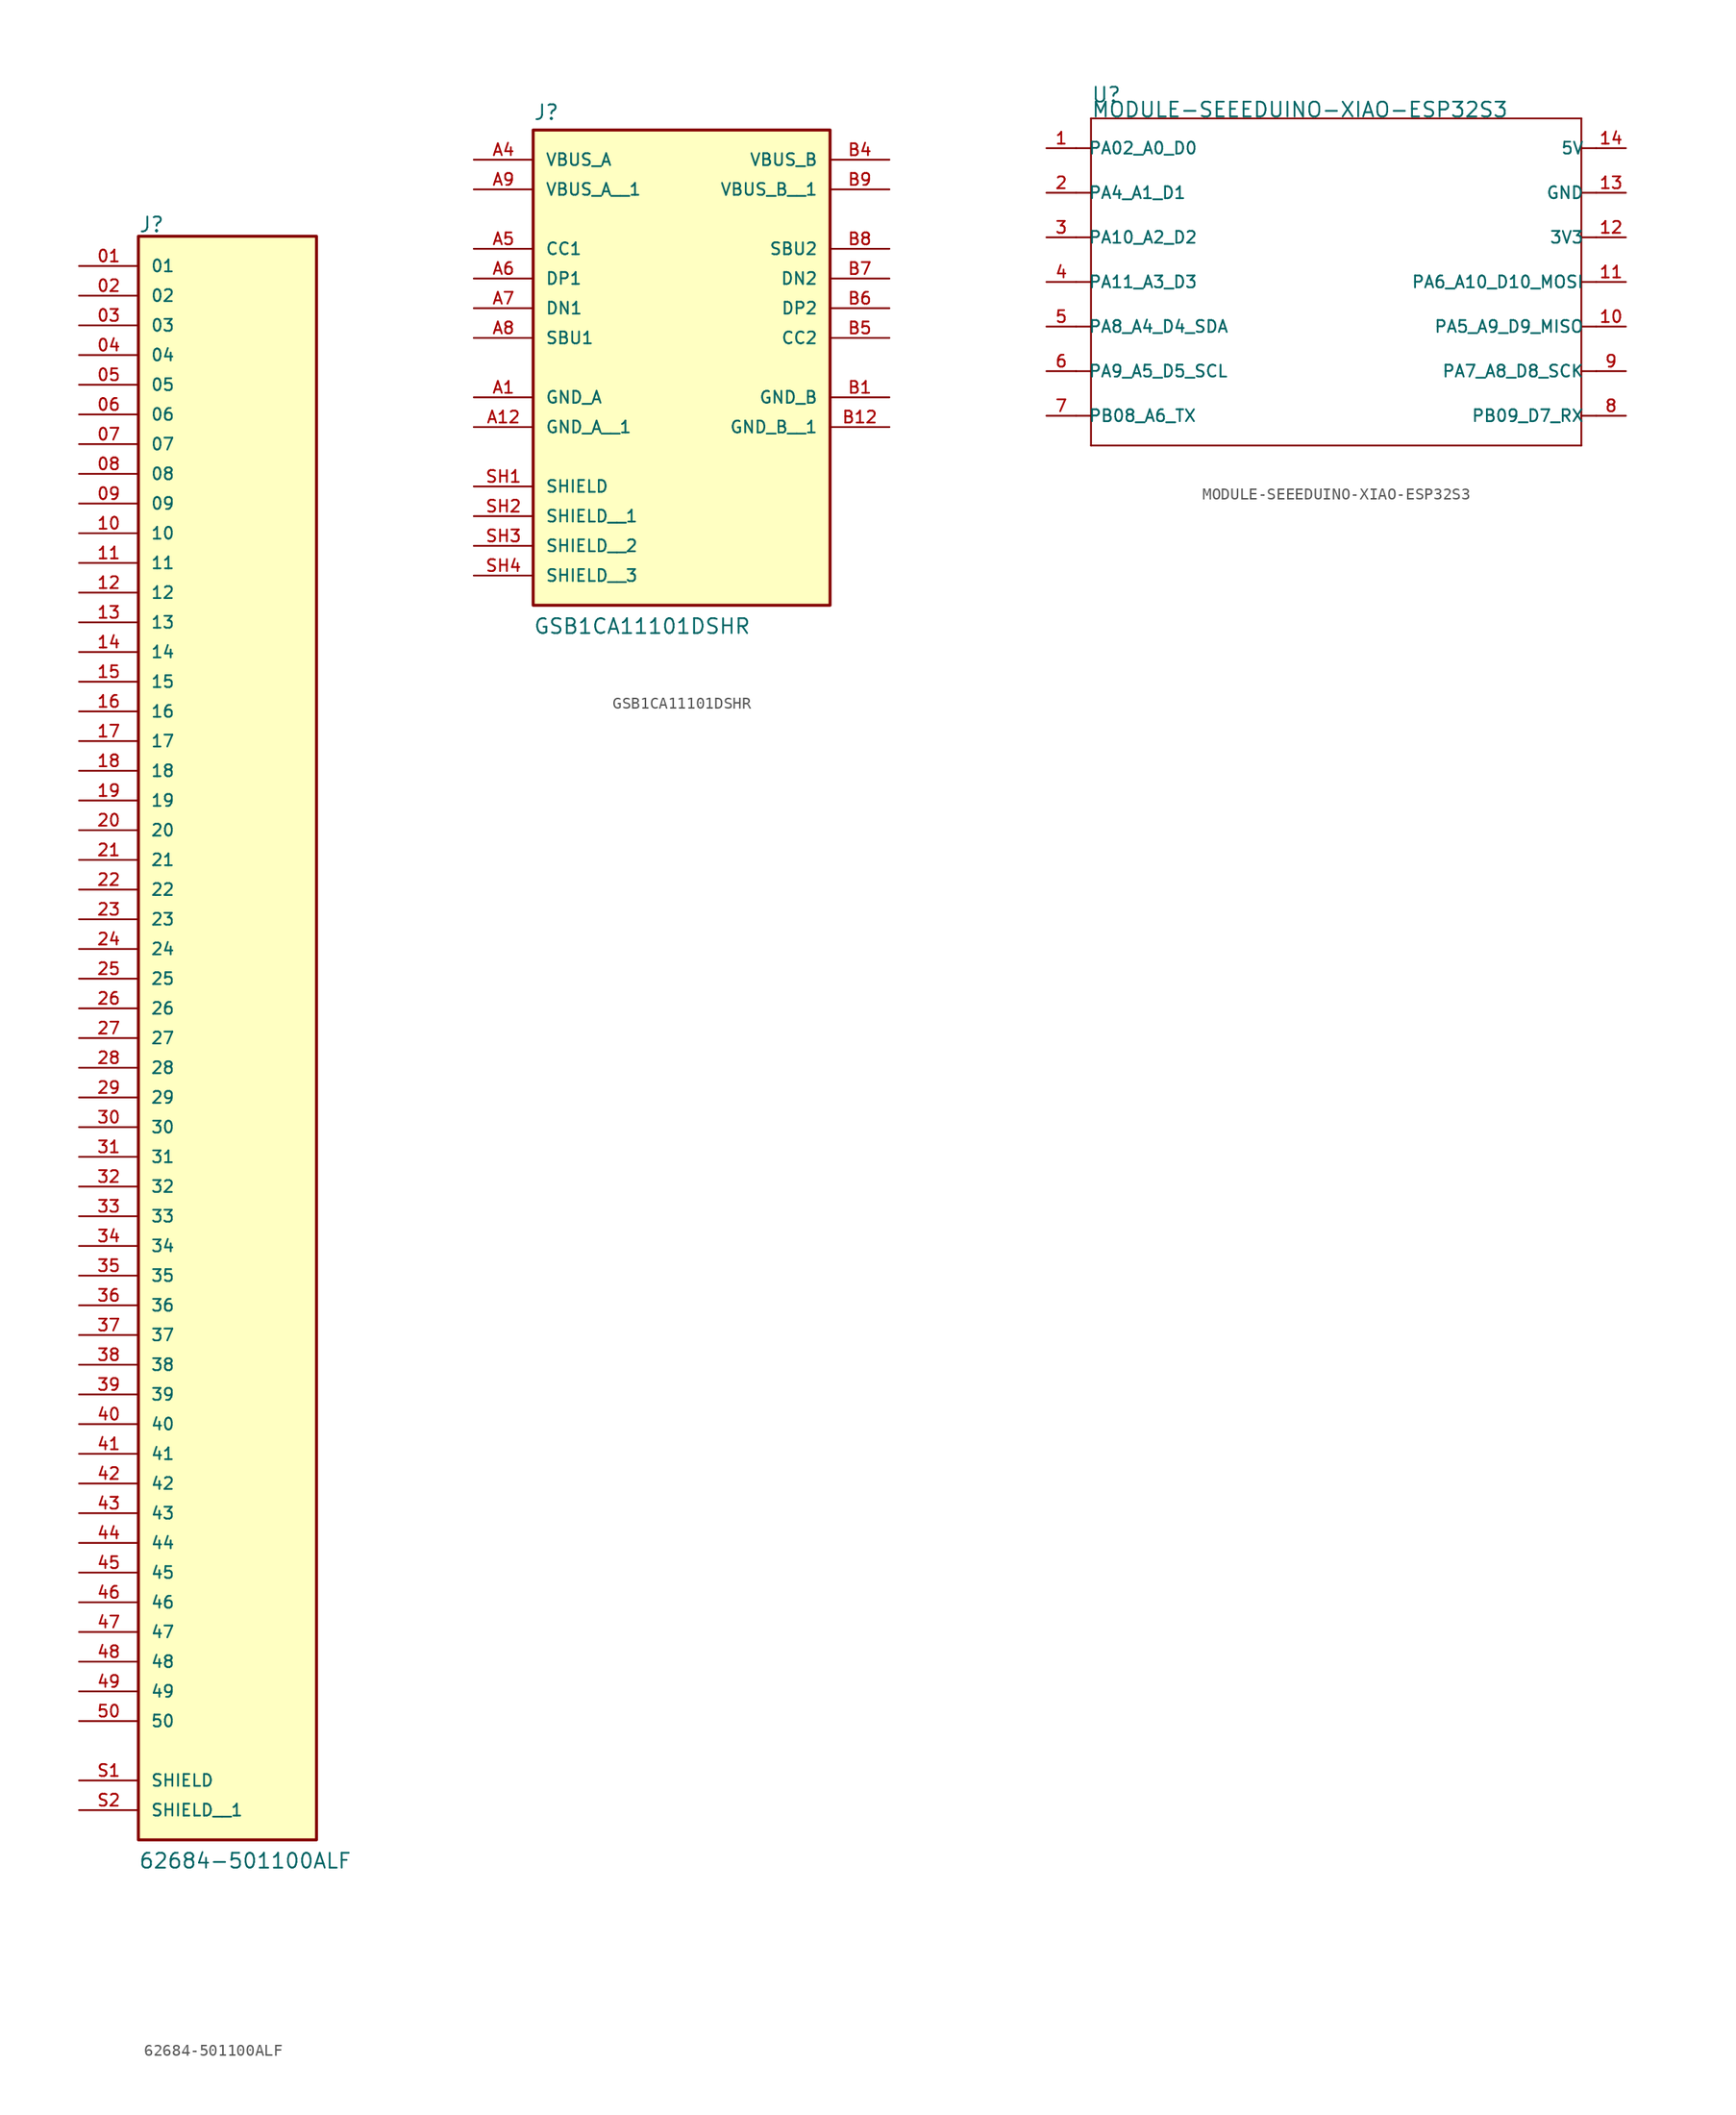
<source format=kicad_sym>
(kicad_symbol_lib
  (version 20241209)
  (generator "kicad_symbol_editor")
  (generator_version "9.0")
  (symbol "62684-501100ALF"
    (pin_names
      (offset 1.016))
    (property "Reference" "J"
      (at -7.62 68.834 0)
      (effects (font (size 1.27 1.27)) (justify left bottom)))
    (property "Value" "62684-501100ALF"
      (at -7.62 -71.12 0)
      (effects (font (size 1.27 1.27)) (justify left bottom)))
    (symbol "62684-501100ALF_0_0"
      (rectangle (start -7.62 68.58) (end 7.62 -68.58) (stroke (width 0.254) (type default)) (fill (type background)))
      (pin passive line (at -12.7 66.04 0) (length 5.08) (name "01" (effects (font (size 1.016 1.016)))) (number "01" (effects (font (size 1.016 1.016)))))
      (pin passive line (at -12.7 63.5 0) (length 5.08) (name "02" (effects (font (size 1.016 1.016)))) (number "02" (effects (font (size 1.016 1.016)))))
      (pin passive line (at -12.7 60.96 0) (length 5.08) (name "03" (effects (font (size 1.016 1.016)))) (number "03" (effects (font (size 1.016 1.016)))))
      (pin passive line (at -12.7 58.42 0) (length 5.08) (name "04" (effects (font (size 1.016 1.016)))) (number "04" (effects (font (size 1.016 1.016)))))
      (pin passive line (at -12.7 55.88 0) (length 5.08) (name "05" (effects (font (size 1.016 1.016)))) (number "05" (effects (font (size 1.016 1.016)))))
      (pin passive line (at -12.7 53.34 0) (length 5.08) (name "06" (effects (font (size 1.016 1.016)))) (number "06" (effects (font (size 1.016 1.016)))))
      (pin passive line (at -12.7 50.8 0) (length 5.08) (name "07" (effects (font (size 1.016 1.016)))) (number "07" (effects (font (size 1.016 1.016)))))
      (pin passive line (at -12.7 48.26 0) (length 5.08) (name "08" (effects (font (size 1.016 1.016)))) (number "08" (effects (font (size 1.016 1.016)))))
      (pin passive line (at -12.7 45.72 0) (length 5.08) (name "09" (effects (font (size 1.016 1.016)))) (number "09" (effects (font (size 1.016 1.016)))))
      (pin passive line (at -12.7 43.18 0) (length 5.08) (name "10" (effects (font (size 1.016 1.016)))) (number "10" (effects (font (size 1.016 1.016)))))
      (pin passive line (at -12.7 40.64 0) (length 5.08) (name "11" (effects (font (size 1.016 1.016)))) (number "11" (effects (font (size 1.016 1.016)))))
      (pin passive line (at -12.7 38.1 0) (length 5.08) (name "12" (effects (font (size 1.016 1.016)))) (number "12" (effects (font (size 1.016 1.016)))))
      (pin passive line (at -12.7 35.56 0) (length 5.08) (name "13" (effects (font (size 1.016 1.016)))) (number "13" (effects (font (size 1.016 1.016)))))
      (pin passive line (at -12.7 33.02 0) (length 5.08) (name "14" (effects (font (size 1.016 1.016)))) (number "14" (effects (font (size 1.016 1.016)))))
      (pin passive line (at -12.7 30.48 0) (length 5.08) (name "15" (effects (font (size 1.016 1.016)))) (number "15" (effects (font (size 1.016 1.016)))))
      (pin passive line (at -12.7 27.94 0) (length 5.08) (name "16" (effects (font (size 1.016 1.016)))) (number "16" (effects (font (size 1.016 1.016)))))
      (pin passive line (at -12.7 25.4 0) (length 5.08) (name "17" (effects (font (size 1.016 1.016)))) (number "17" (effects (font (size 1.016 1.016)))))
      (pin passive line (at -12.7 22.86 0) (length 5.08) (name "18" (effects (font (size 1.016 1.016)))) (number "18" (effects (font (size 1.016 1.016)))))
      (pin passive line (at -12.7 20.32 0) (length 5.08) (name "19" (effects (font (size 1.016 1.016)))) (number "19" (effects (font (size 1.016 1.016)))))
      (pin passive line (at -12.7 17.78 0) (length 5.08) (name "20" (effects (font (size 1.016 1.016)))) (number "20" (effects (font (size 1.016 1.016)))))
      (pin passive line (at -12.7 15.24 0) (length 5.08) (name "21" (effects (font (size 1.016 1.016)))) (number "21" (effects (font (size 1.016 1.016)))))
      (pin passive line (at -12.7 12.7 0) (length 5.08) (name "22" (effects (font (size 1.016 1.016)))) (number "22" (effects (font (size 1.016 1.016)))))
      (pin passive line (at -12.7 10.16 0) (length 5.08) (name "23" (effects (font (size 1.016 1.016)))) (number "23" (effects (font (size 1.016 1.016)))))
      (pin passive line (at -12.7 7.62 0) (length 5.08) (name "24" (effects (font (size 1.016 1.016)))) (number "24" (effects (font (size 1.016 1.016)))))
      (pin passive line (at -12.7 5.08 0) (length 5.08) (name "25" (effects (font (size 1.016 1.016)))) (number "25" (effects (font (size 1.016 1.016)))))
      (pin passive line (at -12.7 2.54 0) (length 5.08) (name "26" (effects (font (size 1.016 1.016)))) (number "26" (effects (font (size 1.016 1.016)))))
      (pin passive line (at -12.7 0 0) (length 5.08) (name "27" (effects (font (size 1.016 1.016)))) (number "27" (effects (font (size 1.016 1.016)))))
      (pin passive line (at -12.7 -2.54 0) (length 5.08) (name "28" (effects (font (size 1.016 1.016)))) (number "28" (effects (font (size 1.016 1.016)))))
      (pin passive line (at -12.7 -5.08 0) (length 5.08) (name "29" (effects (font (size 1.016 1.016)))) (number "29" (effects (font (size 1.016 1.016)))))
      (pin passive line (at -12.7 -7.62 0) (length 5.08) (name "30" (effects (font (size 1.016 1.016)))) (number "30" (effects (font (size 1.016 1.016)))))
      (pin passive line (at -12.7 -10.16 0) (length 5.08) (name "31" (effects (font (size 1.016 1.016)))) (number "31" (effects (font (size 1.016 1.016)))))
      (pin passive line (at -12.7 -12.7 0) (length 5.08) (name "32" (effects (font (size 1.016 1.016)))) (number "32" (effects (font (size 1.016 1.016)))))
      (pin passive line (at -12.7 -15.24 0) (length 5.08) (name "33" (effects (font (size 1.016 1.016)))) (number "33" (effects (font (size 1.016 1.016)))))
      (pin passive line (at -12.7 -17.78 0) (length 5.08) (name "34" (effects (font (size 1.016 1.016)))) (number "34" (effects (font (size 1.016 1.016)))))
      (pin passive line (at -12.7 -20.32 0) (length 5.08) (name "35" (effects (font (size 1.016 1.016)))) (number "35" (effects (font (size 1.016 1.016)))))
      (pin passive line (at -12.7 -22.86 0) (length 5.08) (name "36" (effects (font (size 1.016 1.016)))) (number "36" (effects (font (size 1.016 1.016)))))
      (pin passive line (at -12.7 -25.4 0) (length 5.08) (name "37" (effects (font (size 1.016 1.016)))) (number "37" (effects (font (size 1.016 1.016)))))
      (pin passive line (at -12.7 -27.94 0) (length 5.08) (name "38" (effects (font (size 1.016 1.016)))) (number "38" (effects (font (size 1.016 1.016)))))
      (pin passive line (at -12.7 -30.48 0) (length 5.08) (name "39" (effects (font (size 1.016 1.016)))) (number "39" (effects (font (size 1.016 1.016)))))
      (pin passive line (at -12.7 -33.02 0) (length 5.08) (name "40" (effects (font (size 1.016 1.016)))) (number "40" (effects (font (size 1.016 1.016)))))
      (pin passive line (at -12.7 -35.56 0) (length 5.08) (name "41" (effects (font (size 1.016 1.016)))) (number "41" (effects (font (size 1.016 1.016)))))
      (pin passive line (at -12.7 -38.1 0) (length 5.08) (name "42" (effects (font (size 1.016 1.016)))) (number "42" (effects (font (size 1.016 1.016)))))
      (pin passive line (at -12.7 -40.64 0) (length 5.08) (name "43" (effects (font (size 1.016 1.016)))) (number "43" (effects (font (size 1.016 1.016)))))
      (pin passive line (at -12.7 -43.18 0) (length 5.08) (name "44" (effects (font (size 1.016 1.016)))) (number "44" (effects (font (size 1.016 1.016)))))
      (pin passive line (at -12.7 -45.72 0) (length 5.08) (name "45" (effects (font (size 1.016 1.016)))) (number "45" (effects (font (size 1.016 1.016)))))
      (pin passive line (at -12.7 -48.26 0) (length 5.08) (name "46" (effects (font (size 1.016 1.016)))) (number "46" (effects (font (size 1.016 1.016)))))
      (pin passive line (at -12.7 -50.8 0) (length 5.08) (name "47" (effects (font (size 1.016 1.016)))) (number "47" (effects (font (size 1.016 1.016)))))
      (pin passive line (at -12.7 -53.34 0) (length 5.08) (name "48" (effects (font (size 1.016 1.016)))) (number "48" (effects (font (size 1.016 1.016)))))
      (pin passive line (at -12.7 -55.88 0) (length 5.08) (name "49" (effects (font (size 1.016 1.016)))) (number "49" (effects (font (size 1.016 1.016)))))
      (pin passive line (at -12.7 -58.42 0) (length 5.08) (name "50" (effects (font (size 1.016 1.016)))) (number "50" (effects (font (size 1.016 1.016)))))
      (pin passive line (at -12.7 -63.5 0) (length 5.08) (name "SHIELD" (effects (font (size 1.016 1.016)))) (number "S1" (effects (font (size 1.016 1.016)))))
      (pin passive line (at -12.7 -66.04 0) (length 5.08) (name "SHIELD__1" (effects (font (size 1.016 1.016)))) (number "S2" (effects (font (size 1.016 1.016)))))))
  (symbol "GSB1CA11101DSHR"
    (pin_names
      (offset 1.016))
    (property "Reference" "J"
      (at -12.7 13.462 0)
      (effects (font (size 1.27 1.27)) (justify left bottom)))
    (property "Value" "GSB1CA11101DSHR"
      (at -12.7 -30.48 0)
      (effects (font (size 1.27 1.27)) (justify left bottom)))
    (symbol "GSB1CA11101DSHR_0_0"
      (rectangle (start -12.7 12.7) (end 12.7 -27.94) (stroke (width 0.254) (type default)) (fill (type background)))
      (pin power_in line (at -17.78 10.16 0) (length 5.08) (name "VBUS_A" (effects (font (size 1.016 1.016)))) (number "A4" (effects (font (size 1.016 1.016)))))
      (pin power_in line (at -17.78 7.62 0) (length 5.08) (name "VBUS_A__1" (effects (font (size 1.016 1.016)))) (number "A9" (effects (font (size 1.016 1.016)))))
      (pin bidirectional line (at -17.78 2.54 0) (length 5.08) (name "CC1" (effects (font (size 1.016 1.016)))) (number "A5" (effects (font (size 1.016 1.016)))))
      (pin bidirectional line (at -17.78 0 0) (length 5.08) (name "DP1" (effects (font (size 1.016 1.016)))) (number "A6" (effects (font (size 1.016 1.016)))))
      (pin bidirectional line (at -17.78 -2.54 0) (length 5.08) (name "DN1" (effects (font (size 1.016 1.016)))) (number "A7" (effects (font (size 1.016 1.016)))))
      (pin bidirectional line (at -17.78 -5.08 0) (length 5.08) (name "SBU1" (effects (font (size 1.016 1.016)))) (number "A8" (effects (font (size 1.016 1.016)))))
      (pin power_in line (at -17.78 -10.16 0) (length 5.08) (name "GND_A" (effects (font (size 1.016 1.016)))) (number "A1" (effects (font (size 1.016 1.016)))))
      (pin power_in line (at -17.78 -12.7 0) (length 5.08) (name "GND_A__1" (effects (font (size 1.016 1.016)))) (number "A12" (effects (font (size 1.016 1.016)))))
      (pin passive line (at -17.78 -17.78 0) (length 5.08) (name "SHIELD" (effects (font (size 1.016 1.016)))) (number "SH1" (effects (font (size 1.016 1.016)))))
      (pin passive line (at -17.78 -20.32 0) (length 5.08) (name "SHIELD__1" (effects (font (size 1.016 1.016)))) (number "SH2" (effects (font (size 1.016 1.016)))))
      (pin passive line (at -17.78 -22.86 0) (length 5.08) (name "SHIELD__2" (effects (font (size 1.016 1.016)))) (number "SH3" (effects (font (size 1.016 1.016)))))
      (pin passive line (at -17.78 -25.4 0) (length 5.08) (name "SHIELD__3" (effects (font (size 1.016 1.016)))) (number "SH4" (effects (font (size 1.016 1.016)))))
      (pin power_in line (at 17.78 10.16 180) (length 5.08) (name "VBUS_B" (effects (font (size 1.016 1.016)))) (number "B4" (effects (font (size 1.016 1.016)))))
      (pin power_in line (at 17.78 7.62 180) (length 5.08) (name "VBUS_B__1" (effects (font (size 1.016 1.016)))) (number "B9" (effects (font (size 1.016 1.016)))))
      (pin bidirectional line (at 17.78 2.54 180) (length 5.08) (name "SBU2" (effects (font (size 1.016 1.016)))) (number "B8" (effects (font (size 1.016 1.016)))))
      (pin bidirectional line (at 17.78 0 180) (length 5.08) (name "DN2" (effects (font (size 1.016 1.016)))) (number "B7" (effects (font (size 1.016 1.016)))))
      (pin bidirectional line (at 17.78 -2.54 180) (length 5.08) (name "DP2" (effects (font (size 1.016 1.016)))) (number "B6" (effects (font (size 1.016 1.016)))))
      (pin bidirectional line (at 17.78 -5.08 180) (length 5.08) (name "CC2" (effects (font (size 1.016 1.016)))) (number "B5" (effects (font (size 1.016 1.016)))))
      (pin power_in line (at 17.78 -10.16 180) (length 5.08) (name "GND_B" (effects (font (size 1.016 1.016)))) (number "B1" (effects (font (size 1.016 1.016)))))
      (pin power_in line (at 17.78 -12.7 180) (length 5.08) (name "GND_B__1" (effects (font (size 1.016 1.016)))) (number "B12" (effects (font (size 1.016 1.016)))))))
  (symbol "MODULE-SEEEDUINO-XIAO-ESP32S3"
    (pin_names
      (offset 1.016))
    (property "Reference" "U"
      (at -21.59 15.24 0)
      (effects (font (size 1.27 1.27)) (justify left bottom)))
    (property "Value" "MODULE-SEEEDUINO-XIAO-ESP32S3"
      (at -21.59 13.97 0)
      (effects (font (size 1.27 1.27)) (justify left bottom)))
    (symbol "MODULE-SEEEDUINO-XIAO-ESP32S3_0_0"
      (polyline (pts (xy -21.59 13.97) (xy 20.32 13.97)) (stroke (width 0.152) (type default)) (fill (type none)))
      (polyline (pts (xy -21.59 11.43) (xy -22.86 11.43)) (stroke (width 0.152) (type default)) (fill (type none)))
      (polyline (pts (xy -21.59 11.43) (xy -21.59 13.97)) (stroke (width 0.152) (type default)) (fill (type none)))
      (polyline (pts (xy -21.59 7.62) (xy -22.86 7.62)) (stroke (width 0.152) (type default)) (fill (type none)))
      (polyline (pts (xy -21.59 7.62) (xy -21.59 11.43)) (stroke (width 0.152) (type default)) (fill (type none)))
      (polyline (pts (xy -21.59 3.81) (xy -22.86 3.81)) (stroke (width 0.152) (type default)) (fill (type none)))
      (polyline (pts (xy -21.59 3.81) (xy -21.59 7.62)) (stroke (width 0.152) (type default)) (fill (type none)))
      (polyline (pts (xy -21.59 0) (xy -22.86 0)) (stroke (width 0.152) (type default)) (fill (type none)))
      (polyline (pts (xy -21.59 0) (xy -21.59 3.81)) (stroke (width 0.152) (type default)) (fill (type none)))
      (polyline (pts (xy -21.59 -3.81) (xy -22.86 -3.81)) (stroke (width 0.152) (type default)) (fill (type none)))
      (polyline (pts (xy -21.59 -7.62) (xy -22.86 -7.62)) (stroke (width 0.152) (type default)) (fill (type none)))
      (polyline (pts (xy -21.59 -11.43) (xy -22.86 -11.43)) (stroke (width 0.152) (type default)) (fill (type none)))
      (polyline (pts (xy -21.59 -13.97) (xy -21.59 0)) (stroke (width 0.152) (type default)) (fill (type none)))
      (polyline (pts (xy 20.32 13.97) (xy 20.32 11.43)) (stroke (width 0.152) (type default)) (fill (type none)))
      (polyline (pts (xy 20.32 11.43) (xy 20.32 7.62)) (stroke (width 0.152) (type default)) (fill (type none)))
      (polyline (pts (xy 20.32 7.62) (xy 20.32 3.81)) (stroke (width 0.152) (type default)) (fill (type none)))
      (polyline (pts (xy 20.32 3.81) (xy 20.32 -13.97)) (stroke (width 0.152) (type default)) (fill (type none)))
      (polyline (pts (xy 20.32 -13.97) (xy -21.59 -13.97)) (stroke (width 0.152) (type default)) (fill (type none)))
      (polyline (pts (xy 21.59 11.43) (xy 20.32 11.43)) (stroke (width 0.152) (type default)) (fill (type none)))
      (polyline (pts (xy 21.59 7.62) (xy 20.32 7.62)) (stroke (width 0.152) (type default)) (fill (type none)))
      (polyline (pts (xy 21.59 3.81) (xy 20.32 3.81)) (stroke (width 0.152) (type default)) (fill (type none)))
      (polyline (pts (xy 21.59 0) (xy 20.32 0)) (stroke (width 0.152) (type default)) (fill (type none)))
      (polyline (pts (xy 21.59 -3.81) (xy 20.32 -3.81)) (stroke (width 0.152) (type default)) (fill (type none)))
      (polyline (pts (xy 21.59 -7.62) (xy 20.32 -7.62)) (stroke (width 0.152) (type default)) (fill (type none)))
      (polyline (pts (xy 21.59 -11.43) (xy 20.32 -11.43)) (stroke (width 0.152) (type default)) (fill (type none)))
      (pin bidirectional line (at -25.4 11.43 0) (length 2.54) (name "PA02_A0_D0" (effects (font (size 1.016 1.016)))) (number "1" (effects (font (size 1.016 1.016)))))
      (pin bidirectional line (at -25.4 7.62 0) (length 2.54) (name "PA4_A1_D1" (effects (font (size 1.016 1.016)))) (number "2" (effects (font (size 1.016 1.016)))))
      (pin bidirectional line (at -25.4 3.81 0) (length 2.54) (name "PA10_A2_D2" (effects (font (size 1.016 1.016)))) (number "3" (effects (font (size 1.016 1.016)))))
      (pin bidirectional line (at -25.4 0 0) (length 2.54) (name "PA11_A3_D3" (effects (font (size 1.016 1.016)))) (number "4" (effects (font (size 1.016 1.016)))))
      (pin bidirectional line (at -25.4 -3.81 0) (length 2.54) (name "PA8_A4_D4_SDA" (effects (font (size 1.016 1.016)))) (number "5" (effects (font (size 1.016 1.016)))))
      (pin bidirectional line (at -25.4 -7.62 0) (length 2.54) (name "PA9_A5_D5_SCL" (effects (font (size 1.016 1.016)))) (number "6" (effects (font (size 1.016 1.016)))))
      (pin bidirectional line (at -25.4 -11.43 0) (length 2.54) (name "PB08_A6_TX" (effects (font (size 1.016 1.016)))) (number "7" (effects (font (size 1.016 1.016)))))
      (pin bidirectional line (at 24.13 11.43 180) (length 2.54) (name "5V" (effects (font (size 1.016 1.016)))) (number "14" (effects (font (size 1.016 1.016)))))
      (pin bidirectional line (at 24.13 7.62 180) (length 2.54) (name "GND" (effects (font (size 1.016 1.016)))) (number "13" (effects (font (size 1.016 1.016)))))
      (pin bidirectional line (at 24.13 3.81 180) (length 2.54) (name "3V3" (effects (font (size 1.016 1.016)))) (number "12" (effects (font (size 1.016 1.016)))))
      (pin bidirectional line (at 24.13 0 180) (length 2.54) (name "PA6_A10_D10_MOSI" (effects (font (size 1.016 1.016)))) (number "11" (effects (font (size 1.016 1.016)))))
      (pin bidirectional line (at 24.13 -3.81 180) (length 2.54) (name "PA5_A9_D9_MISO" (effects (font (size 1.016 1.016)))) (number "10" (effects (font (size 1.016 1.016)))))
      (pin bidirectional line (at 24.13 -7.62 180) (length 2.54) (name "PA7_A8_D8_SCK" (effects (font (size 1.016 1.016)))) (number "9" (effects (font (size 1.016 1.016)))))
      (pin bidirectional line (at 24.13 -11.43 180) (length 2.54) (name "PB09_D7_RX" (effects (font (size 1.016 1.016)))) (number "8" (effects (font (size 1.016 1.016))))))))
</source>
